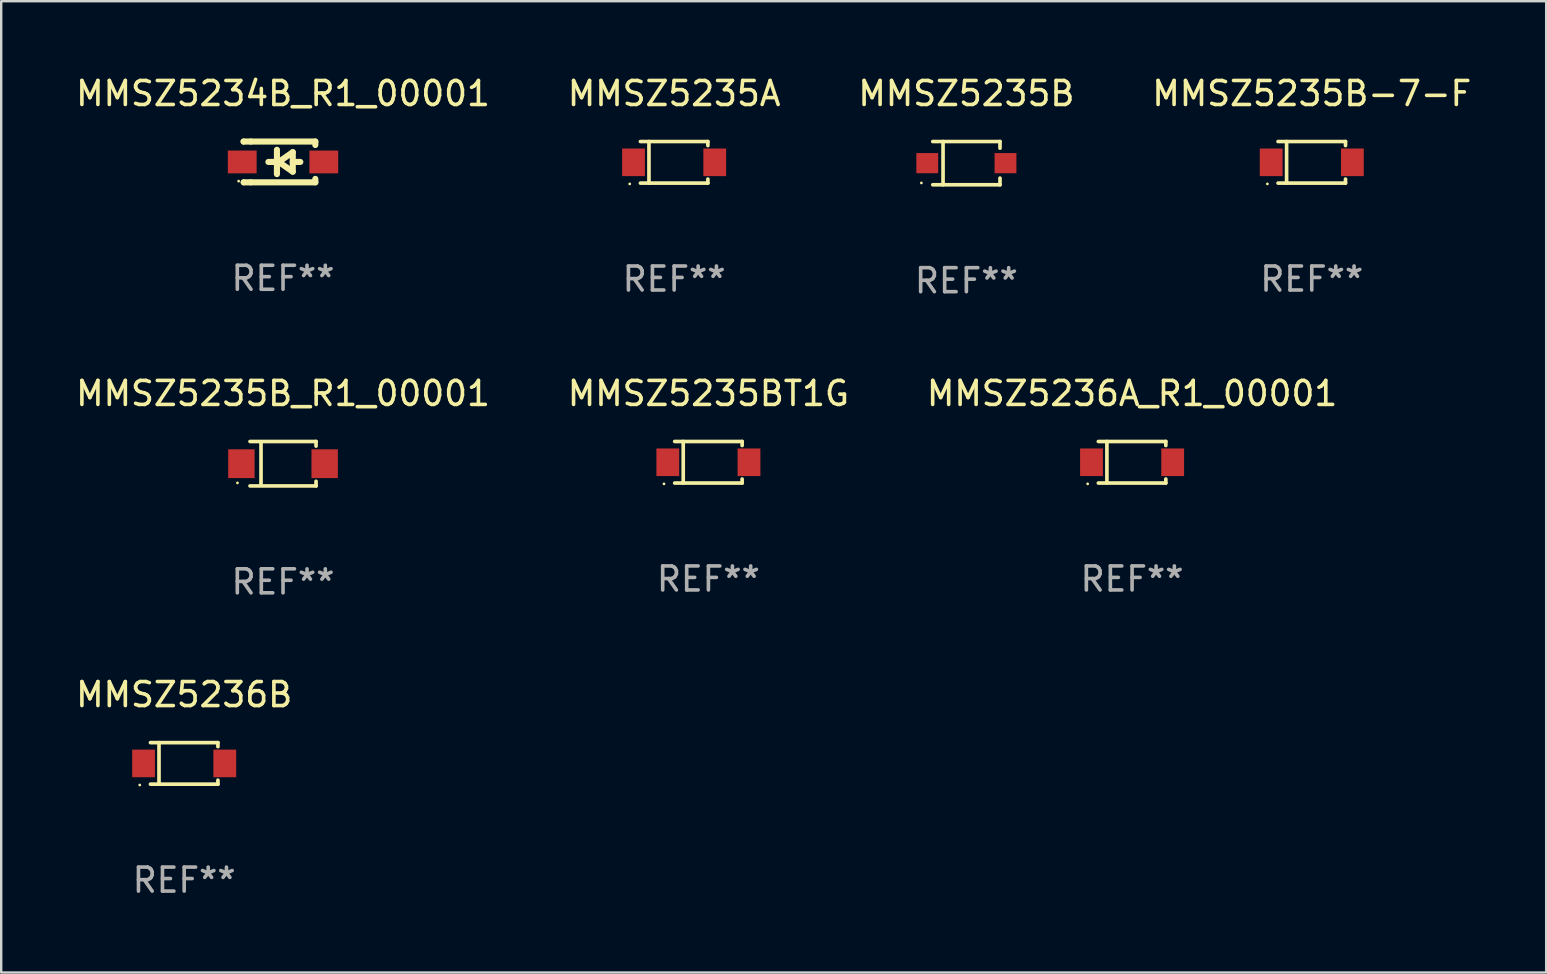
<source format=kicad_pcb>
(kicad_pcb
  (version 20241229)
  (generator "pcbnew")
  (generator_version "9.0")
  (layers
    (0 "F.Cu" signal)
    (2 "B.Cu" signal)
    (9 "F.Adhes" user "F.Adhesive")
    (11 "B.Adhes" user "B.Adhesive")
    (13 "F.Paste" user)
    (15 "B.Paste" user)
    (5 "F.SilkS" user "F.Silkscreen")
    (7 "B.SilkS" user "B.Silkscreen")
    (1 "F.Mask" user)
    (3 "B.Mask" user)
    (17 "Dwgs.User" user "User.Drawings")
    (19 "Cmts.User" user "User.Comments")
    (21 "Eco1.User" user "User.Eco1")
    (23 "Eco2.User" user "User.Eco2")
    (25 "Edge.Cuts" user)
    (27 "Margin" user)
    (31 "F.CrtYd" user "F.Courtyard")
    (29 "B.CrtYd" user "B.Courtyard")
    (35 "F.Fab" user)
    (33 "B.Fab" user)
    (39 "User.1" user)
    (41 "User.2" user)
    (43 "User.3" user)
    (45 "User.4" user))
  (footprint "MMSZ5235B_R1_00001"
    (layer "F.Cu")
    (at 8.744 16.273)
    (property "Reference" "MMSZ5235B_R1_00001" (at 0 -2.926 0) (layer "F.SilkS") (effects (font (size 1 1) (thickness 0.15))))
    (attr through_hole)
    (fp_line (start -1.376 -0.926) (end 1.376 -0.926) (stroke (width 0.152) (type solid)) (layer "F.SilkS"))
    (fp_line (start -1.376 0.926) (end 1.376 0.926) (stroke (width 0.152) (type solid)) (layer "F.SilkS"))
    (fp_line (start -0.917 -0.876) (end -0.917 0.876) (stroke (width 0.152) (type solid)) (layer "F.SilkS"))
    (fp_line (start 1.376 -0.926) (end 1.376 -0.733) (stroke (width 0.152) (type solid)) (layer "F.SilkS"))
    (fp_line (start 1.376 0.926) (end 1.376 0.733) (stroke (width 0.152) (type solid)) (layer "F.SilkS"))
    (fp_circle (center -1.9 0.8) (end -1.87 0.8) (stroke (width 0.06) (type solid)) (fill no) (layer "F.SilkS"))
    (fp_text user "REF**" (at 0 4.926 0) (layer "F.Fab") (effects (font (size 1 1) (thickness 0.15))))
    (pad "1" smd rect (at -1.735 -0.000025) (size 1.1 1.2) (layers "F.Cu" "F.Mask" "F.Paste"))
    (pad "2" smd rect (at 1.735 -0.000025) (size 1.1 1.2) (layers "F.Cu" "F.Mask" "F.Paste")))
  (footprint "MMSZ5235B"
    (layer "F.Cu")
    (at 37.22 3.749)
    (property "Reference" "MMSZ5235B" (at 0 -2.901 0) (layer "F.SilkS") (effects (font (size 1 1) (thickness 0.15))))
    (attr through_hole)
    (fp_line (start -1.401 -0.901) (end 1.401 -0.901) (stroke (width 0.152) (type solid)) (layer "F.SilkS"))
    (fp_line (start -1.401 0.901) (end 1.401 0.901) (stroke (width 0.152) (type solid)) (layer "F.SilkS"))
    (fp_line (start -0.972 -0.901) (end -0.972 0.901) (stroke (width 0.152) (type solid)) (layer "F.SilkS"))
    (fp_line (start 1.401 -0.901) (end 1.401 -0.623) (stroke (width 0.152) (type solid)) (layer "F.SilkS"))
    (fp_line (start 1.401 0.901) (end 1.401 0.623) (stroke (width 0.152) (type solid)) (layer "F.SilkS"))
    (fp_circle (center -1.875 0.825) (end -1.845 0.825) (stroke (width 0.06) (type solid)) (fill no) (layer "F.SilkS"))
    (fp_text user "REF**" (at 0 4.901 0) (layer "F.Fab") (effects (font (size 1 1) (thickness 0.15))))
    (pad "1" smd rect (at -1.63 0 180) (size 0.91 0.84) (layers "F.Cu" "F.Mask" "F.Paste"))
    (pad "2" smd rect (at 1.63 0 180) (size 0.91 0.84) (layers "F.Cu" "F.Mask" "F.Paste")))
  (footprint "MMSZ5235A"
    (layer "F.Cu")
    (at 25.042 3.714)
    (property "Reference" "MMSZ5235A" (at 0 -2.866 0) (layer "F.SilkS") (effects (font (size 1 1) (thickness 0.15))))
    (attr through_hole)
    (fp_line (start -1.406 -0.866) (end 1.406 -0.866) (stroke (width 0.152) (type solid)) (layer "F.SilkS"))
    (fp_line (start -1.406 0.866) (end 1.406 0.866) (stroke (width 0.152) (type solid)) (layer "F.SilkS"))
    (fp_line (start -1.049 -0.866) (end -1.049 0.866) (stroke (width 0.152) (type solid)) (layer "F.SilkS"))
    (fp_line (start 1.406 -0.866) (end 1.406 -0.698) (stroke (width 0.152) (type solid)) (layer "F.SilkS"))
    (fp_line (start 1.406 0.866) (end 1.406 0.698) (stroke (width 0.152) (type solid)) (layer "F.SilkS"))
    (fp_circle (center -1.851 0.9) (end -1.821 0.9) (stroke (width 0.06) (type solid)) (fill no) (layer "F.SilkS"))
    (fp_text user "REF**" (at 0 4.866 0) (layer "F.Fab") (effects (font (size 1 1) (thickness 0.15))))
    (pad "1" smd rect (at -1.692 0) (size 0.95 1.15) (layers "F.Cu" "F.Mask" "F.Paste"))
    (pad "2" smd rect (at 1.692 0) (size 0.95 1.15) (layers "F.Cu" "F.Mask" "F.Paste")))
  (footprint "MMSZ5235BT1G"
    (layer "F.Cu")
    (at 26.47 16.213)
    (property "Reference" "MMSZ5235BT1G" (at 0 -2.866 0) (layer "F.SilkS") (effects (font (size 1 1) (thickness 0.15))))
    (attr through_hole)
    (fp_line (start -1.406 -0.866) (end 1.406 -0.866) (stroke (width 0.152) (type solid)) (layer "F.SilkS"))
    (fp_line (start -1.406 0.866) (end 1.406 0.866) (stroke (width 0.152) (type solid)) (layer "F.SilkS"))
    (fp_line (start -1.049 -0.866) (end -1.049 0.866) (stroke (width 0.152) (type solid)) (layer "F.SilkS"))
    (fp_line (start 1.406 -0.866) (end 1.406 -0.698) (stroke (width 0.152) (type solid)) (layer "F.SilkS"))
    (fp_line (start 1.406 0.866) (end 1.406 0.698) (stroke (width 0.152) (type solid)) (layer "F.SilkS"))
    (fp_circle (center -1.851 0.9) (end -1.821 0.9) (stroke (width 0.06) (type solid)) (fill no) (layer "F.SilkS"))
    (fp_text user "REF**" (at 0 4.866 0) (layer "F.Fab") (effects (font (size 1 1) (thickness 0.15))))
    (pad "1" smd rect (at -1.692 0) (size 0.95 1.15) (layers "F.Cu" "F.Mask" "F.Paste"))
    (pad "2" smd rect (at 1.692 0) (size 0.95 1.15) (layers "F.Cu" "F.Mask" "F.Paste")))
  (footprint "MMSZ5236A_R1_00001"
    (layer "F.Cu")
    (at 44.125 16.213)
    (property "Reference" "MMSZ5236A_R1_00001" (at 0 -2.866 0) (layer "F.SilkS") (effects (font (size 1 1) (thickness 0.15))))
    (attr through_hole)
    (fp_line (start -1.406 -0.866) (end 1.406 -0.866) (stroke (width 0.152) (type solid)) (layer "F.SilkS"))
    (fp_line (start -1.406 0.866) (end 1.406 0.866) (stroke (width 0.152) (type solid)) (layer "F.SilkS"))
    (fp_line (start -1.049 -0.866) (end -1.049 0.866) (stroke (width 0.152) (type solid)) (layer "F.SilkS"))
    (fp_line (start 1.406 -0.866) (end 1.406 -0.698) (stroke (width 0.152) (type solid)) (layer "F.SilkS"))
    (fp_line (start 1.406 0.866) (end 1.406 0.698) (stroke (width 0.152) (type solid)) (layer "F.SilkS"))
    (fp_circle (center -1.851 0.9) (end -1.821 0.9) (stroke (width 0.06) (type solid)) (fill no) (layer "F.SilkS"))
    (fp_text user "REF**" (at 0 4.866 0) (layer "F.Fab") (effects (font (size 1 1) (thickness 0.15))))
    (pad "1" smd rect (at -1.692 0) (size 0.95 1.15) (layers "F.Cu" "F.Mask" "F.Paste"))
    (pad "2" smd rect (at 1.692 0) (size 0.95 1.15) (layers "F.Cu" "F.Mask" "F.Paste")))
  (footprint "MMSZ5236B"
    (layer "F.Cu")
    (at 4.625 28.762)
    (property "Reference" "MMSZ5236B" (at 0 -2.866 0) (layer "F.SilkS") (effects (font (size 1 1) (thickness 0.15))))
    (attr through_hole)
    (fp_line (start -1.406 -0.866) (end 1.406 -0.866) (stroke (width 0.152) (type solid)) (layer "F.SilkS"))
    (fp_line (start -1.406 0.866) (end 1.406 0.866) (stroke (width 0.152) (type solid)) (layer "F.SilkS"))
    (fp_line (start -1.049 -0.866) (end -1.049 0.866) (stroke (width 0.152) (type solid)) (layer "F.SilkS"))
    (fp_line (start 1.406 -0.866) (end 1.406 -0.698) (stroke (width 0.152) (type solid)) (layer "F.SilkS"))
    (fp_line (start 1.406 0.866) (end 1.406 0.698) (stroke (width 0.152) (type solid)) (layer "F.SilkS"))
    (fp_circle (center -1.851 0.9) (end -1.821 0.9) (stroke (width 0.06) (type solid)) (fill no) (layer "F.SilkS"))
    (fp_text user "REF**" (at 0 4.866 0) (layer "F.Fab") (effects (font (size 1 1) (thickness 0.15))))
    (pad "1" smd rect (at -1.692 0) (size 0.95 1.15) (layers "F.Cu" "F.Mask" "F.Paste"))
    (pad "2" smd rect (at 1.692 0) (size 0.95 1.15) (layers "F.Cu" "F.Mask" "F.Paste")))
  (footprint "MMSZ5235B-7-F"
    (layer "F.Cu")
    (at 51.613 3.714)
    (property "Reference" "MMSZ5235B-7-F" (at 0 -2.866 0) (layer "F.SilkS") (effects (font (size 1 1) (thickness 0.15))))
    (attr through_hole)
    (fp_line (start -1.406 -0.866) (end 1.406 -0.866) (stroke (width 0.152) (type solid)) (layer "F.SilkS"))
    (fp_line (start -1.406 0.866) (end 1.406 0.866) (stroke (width 0.152) (type solid)) (layer "F.SilkS"))
    (fp_line (start -1.049 -0.866) (end -1.049 0.866) (stroke (width 0.152) (type solid)) (layer "F.SilkS"))
    (fp_line (start 1.406 -0.866) (end 1.406 -0.698) (stroke (width 0.152) (type solid)) (layer "F.SilkS"))
    (fp_line (start 1.406 0.866) (end 1.406 0.698) (stroke (width 0.152) (type solid)) (layer "F.SilkS"))
    (fp_circle (center -1.851 0.9) (end -1.821 0.9) (stroke (width 0.06) (type solid)) (fill no) (layer "F.SilkS"))
    (fp_text user "REF**" (at 0 4.866 0) (layer "F.Fab") (effects (font (size 1 1) (thickness 0.15))))
    (pad "1" smd rect (at -1.692 0) (size 0.95 1.15) (layers "F.Cu" "F.Mask" "F.Paste"))
    (pad "2" smd rect (at 1.692 0) (size 0.95 1.15) (layers "F.Cu" "F.Mask" "F.Paste")))
  (footprint "MMSZ5234B_R1_00001"
    (layer "F.Cu")
    (at 8.744 3.698)
    (property "Reference" "MMSZ5234B_R1_00001" (at 0 -2.85 0) (layer "F.SilkS") (effects (font (size 1 1) (thickness 0.15))))
    (attr through_hole)
    (fp_line (start -1.643 -0.85) (end -1.644 -0.849) (stroke (width 0.254) (type solid)) (layer "F.SilkS"))
    (fp_line (start -1.638 0.85) (end -1.639 0.849) (stroke (width 0.254) (type solid)) (layer "F.SilkS"))
    (fp_line (start -1.346 -0.85) (end -1.643 -0.85) (stroke (width 0.254) (type solid)) (layer "F.SilkS"))
    (fp_line (start -1.346 -0.85) (end 1.346 -0.85) (stroke (width 0.254) (type solid)) (layer "F.SilkS"))
    (fp_line (start -1.346 0.85) (end -1.638 0.85) (stroke (width 0.254) (type solid)) (layer "F.SilkS"))
    (fp_line (start -0.28 0) (end -0.61 0) (stroke (width 0.254) (type solid)) (layer "F.SilkS"))
    (fp_line (start -0.254 -0.508) (end -0.254 0.508) (stroke (width 0.254) (type solid)) (layer "F.SilkS"))
    (fp_line (start -0.178 0) (end 0.406 -0.406) (stroke (width 0.254) (type solid)) (layer "F.SilkS"))
    (fp_line (start 0.406 -0.406) (end 0.406 0.406) (stroke (width 0.254) (type solid)) (layer "F.SilkS"))
    (fp_line (start 0.406 -0.000254) (end 0.72 -0.000254) (stroke (width 0.254) (type solid)) (layer "F.SilkS"))
    (fp_line (start 0.406 0.406) (end -0.178 0) (stroke (width 0.254) (type solid)) (layer "F.SilkS"))
    (fp_line (start 1.346 -0.85) (end 1.346 -0.706) (stroke (width 0.254) (type solid)) (layer "F.SilkS"))
    (fp_line (start 1.346 0.706) (end 1.346 0.85) (stroke (width 0.254) (type solid)) (layer "F.SilkS"))
    (fp_line (start 1.346 0.85) (end -1.346 0.85) (stroke (width 0.254) (type solid)) (layer "F.SilkS"))
    (fp_circle (center -1.85 0.8) (end -1.82 0.8) (stroke (width 0.06) (type solid)) (fill no) (layer "F.SilkS"))
    (fp_text user "REF**" (at 0 4.85 0) (layer "F.Fab") (effects (font (size 1 1) (thickness 0.15))))
    (pad "1" smd rect (at -1.7 0) (size 1.2 0.95) (layers "F.Cu" "F.Mask" "F.Paste"))
    (pad "2" smd rect (at 1.7 0) (size 1.2 0.95) (layers "F.Cu" "F.Mask" "F.Paste")))
  (gr_rect
    (start -3 -3)
    (end 61.381 37.477)
    (stroke (width 0.1) (type default))
    (fill no)
    (layer "Edge.Cuts")))
</source>
